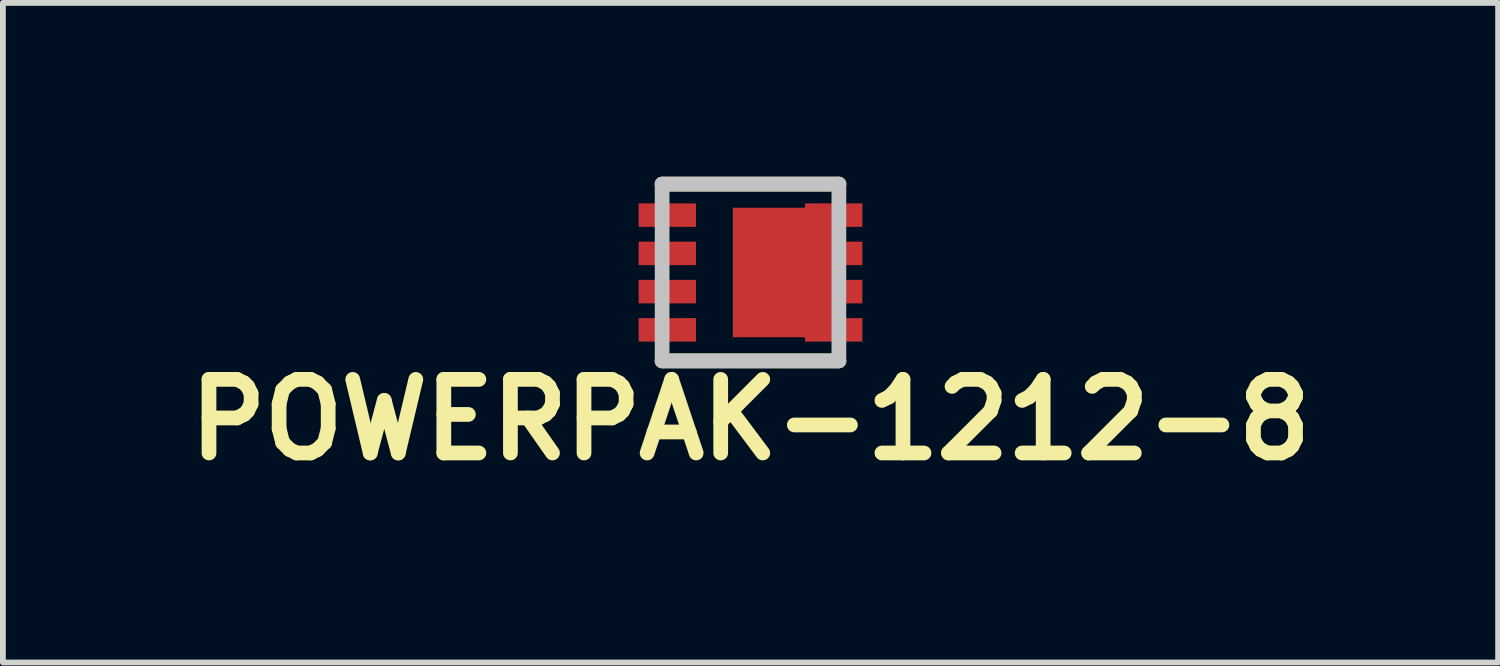
<source format=kicad_pcb>
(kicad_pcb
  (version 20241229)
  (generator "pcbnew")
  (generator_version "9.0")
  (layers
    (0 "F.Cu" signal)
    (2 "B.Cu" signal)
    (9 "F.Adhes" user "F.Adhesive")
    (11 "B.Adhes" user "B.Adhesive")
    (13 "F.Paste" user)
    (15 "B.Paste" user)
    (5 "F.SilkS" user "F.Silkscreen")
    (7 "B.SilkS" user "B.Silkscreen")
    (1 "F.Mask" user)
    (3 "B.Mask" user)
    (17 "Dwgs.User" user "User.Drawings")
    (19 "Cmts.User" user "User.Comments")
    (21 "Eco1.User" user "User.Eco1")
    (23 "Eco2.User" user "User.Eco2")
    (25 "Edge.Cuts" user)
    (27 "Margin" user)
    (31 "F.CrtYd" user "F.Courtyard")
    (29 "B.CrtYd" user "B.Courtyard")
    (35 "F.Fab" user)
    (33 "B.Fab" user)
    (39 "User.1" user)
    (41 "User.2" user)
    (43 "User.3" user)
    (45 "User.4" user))
  (footprint "POWERPAK-1212-8"
    (layer "F.Cu")
    (at 9.9 1.652)
    (property "Reference" "POWERPAK-1212-8" (at 0 2.54 0) (layer "F.SilkS") (effects (font (size 1.27 1.27) (thickness 0.254))))
    (attr smd)
    (fp_line (start -1.525 -1.525) (end 1.525 -1.525) (stroke (width 0.254) (type solid)) (layer "F.SilkS"))
    (fp_line (start -1.525 1.525) (end 1.525 1.525) (stroke (width 0.254) (type solid)) (layer "F.SilkS"))
    (fp_line (start -1.525 -1.525) (end 1.525 -1.525) (stroke (width 0.254) (type solid)) (layer "Dwgs.User"))
    (fp_line (start -1.525 1.525) (end -1.525 -1.525) (stroke (width 0.254) (type solid)) (layer "Dwgs.User"))
    (fp_line (start 1.525 -1.525) (end 1.525 1.525) (stroke (width 0.254) (type solid)) (layer "Dwgs.User"))
    (fp_line (start 1.525 1.525) (end -1.525 1.525) (stroke (width 0.254) (type solid)) (layer "Dwgs.User"))
    (pad "1" smd rect (at -1.435 -0.99 90) (size 0.405 0.99) (layers "F.Cu" "F.Mask" "F.Paste"))
    (pad "2" smd rect (at -1.435 -0.33 90) (size 0.405 0.99) (layers "F.Cu" "F.Mask" "F.Paste"))
    (pad "3" smd rect (at -1.435 0.33 90) (size 0.405 0.99) (layers "F.Cu" "F.Mask" "F.Paste"))
    (pad "4" smd rect (at -1.435 0.99 90) (size 0.405 0.99) (layers "F.Cu" "F.Mask" "F.Paste"))
    (pad "5" smd rect (at 1.435 0.99 90) (size 0.405 0.99) (layers "F.Cu" "F.Mask" "F.Paste"))
    (pad "6" smd rect (at 1.435 0.33 90) (size 0.405 0.99) (layers "F.Cu" "F.Mask" "F.Paste"))
    (pad "7" smd rect (at 1.435 -0.33 90) (size 0.405 0.99) (layers "F.Cu" "F.Mask" "F.Paste"))
    (pad "8" smd rect (at 1.435 -0.99 90) (size 0.405 0.99) (layers "F.Cu" "F.Mask" "F.Paste"))
    (pad "9" smd rect (at 0.557 0) (size 1.725 2.235) (layers "F.Cu" "F.Mask" "F.Paste")))
  (gr_rect
    (start -3 -3)
    (end 22.8 8.381)
    (stroke (width 0.1) (type default))
    (fill no)
    (layer "Edge.Cuts")))
</source>
